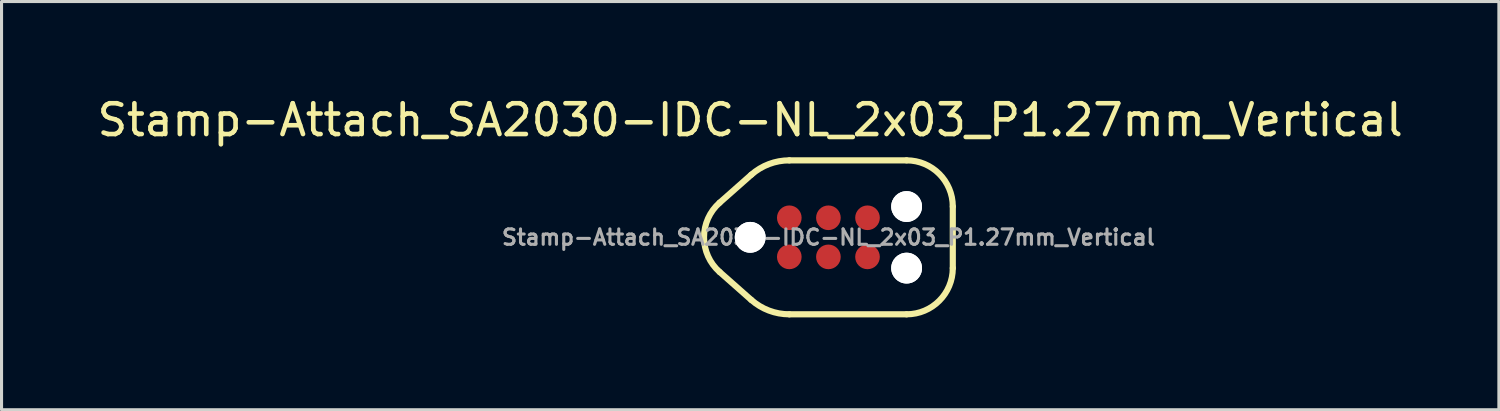
<source format=kicad_pcb>
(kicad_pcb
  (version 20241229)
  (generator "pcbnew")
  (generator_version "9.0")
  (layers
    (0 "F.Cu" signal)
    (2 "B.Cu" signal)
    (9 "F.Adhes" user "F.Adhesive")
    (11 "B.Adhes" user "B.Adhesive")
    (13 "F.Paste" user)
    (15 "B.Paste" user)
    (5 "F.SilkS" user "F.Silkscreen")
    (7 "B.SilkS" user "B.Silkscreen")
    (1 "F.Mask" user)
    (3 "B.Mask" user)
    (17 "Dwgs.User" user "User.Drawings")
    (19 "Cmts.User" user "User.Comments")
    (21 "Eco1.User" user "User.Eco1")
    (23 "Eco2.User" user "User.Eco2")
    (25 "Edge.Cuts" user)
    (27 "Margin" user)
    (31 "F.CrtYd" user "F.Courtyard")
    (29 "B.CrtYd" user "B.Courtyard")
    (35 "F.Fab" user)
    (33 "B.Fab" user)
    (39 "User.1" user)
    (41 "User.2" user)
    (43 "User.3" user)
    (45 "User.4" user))
  (footprint "Stamp-Attach_SA2030-IDC-NL_2x03_P1.27mm_Vertical"
    (layer "F.Cu")
    (at 23.855 4.658)
    (property "Reference" "Stamp-Attach_SA2030-IDC-NL_2x03_P1.27mm_Vertical" (at -2.54 -3.81 0) (unlocked yes) (layer "F.SilkS") (effects (font (size 1 1) (thickness 0.15))))
    (attr smd)
    (fp_line (start -3.533 1.124) (end -2.505 2.033) (stroke (width 0.2) (type solid)) (layer "F.SilkS"))
    (fp_line (start -2.505 -2.033) (end -3.533 -1.124) (stroke (width 0.2) (type solid)) (layer "F.SilkS"))
    (fp_line (start -1.27 2.5) (end 2.54 2.5) (stroke (width 0.2) (type solid)) (layer "F.SilkS"))
    (fp_line (start 2.54 -2.5) (end -1.27 -2.5) (stroke (width 0.2) (type solid)) (layer "F.SilkS"))
    (fp_line (start 4.04 1) (end 4.04 -1) (stroke (width 0.2) (type solid)) (layer "F.SilkS"))
    (fp_arc (start -3.53316 1.124115) (mid -4.040127 0) (end -3.53316 -1.124115) (stroke (width 0.2) (type solid)) (layer "F.SilkS"))
    (fp_arc (start -2.504829 -2.032649) (mid -1.930197 -2.379363) (end -1.27 -2.5) (stroke (width 0.2) (type solid)) (layer "F.SilkS"))
    (fp_arc (start -1.27 2.5) (mid -1.930197 2.379363) (end -2.504829 2.032649) (stroke (width 0.2) (type solid)) (layer "F.SilkS"))
    (fp_arc (start 2.54 -2.5) (mid 3.60066 -2.06066) (end 4.04 -1) (stroke (width 0.2) (type solid)) (layer "F.SilkS"))
    (fp_arc (start 4.04 1) (mid 3.60066 2.06066) (end 2.54 2.5) (stroke (width 0.2) (type solid)) (layer "F.SilkS"))
    (fp_text user "${REFERENCE}" (at 0 0 0) (layer "F.Fab") (effects (font (size 0.5 0.5) (thickness 0.1) (bold yes))))
    (pad "" np_thru_hole circle (at -2.54 0) (size 1 1) (drill 1) (layers "*.Cu" "*.Mask"))
    (pad "" np_thru_hole circle (at -2.54 0) (size 1 1) (drill 1) (layers "*.Cu" "*.Mask"))
    (pad "" np_thru_hole circle (at 2.54 -1) (size 1 1) (drill 1) (layers "*.Cu" "*.Mask"))
    (pad "" np_thru_hole circle (at 2.54 -1) (size 1 1) (drill 1) (layers "*.Cu" "*.Mask"))
    (pad "" np_thru_hole circle (at 2.54 1) (size 1 1) (drill 1) (layers "*.Cu" "*.Mask"))
    (pad "" np_thru_hole circle (at 2.54 1) (size 1 1) (drill 1) (layers "*.Cu" "*.Mask"))
    (pad "1" smd circle (at -1.27 0.635) (size 0.8 0.8) (layers "F.Cu" "F.Mask"))
    (pad "2" smd circle (at -1.27 -0.635) (size 0.8 0.8) (layers "F.Cu" "F.Mask"))
    (pad "3" smd circle (at 0 0.635) (size 0.8 0.8) (layers "F.Cu" "F.Mask"))
    (pad "4" smd circle (at 0 -0.635) (size 0.8 0.8) (layers "F.Cu" "F.Mask"))
    (pad "5" smd circle (at 1.27 0.635) (size 0.8 0.8) (layers "F.Cu" "F.Mask"))
    (pad "6" smd circle (at 1.27 -0.635) (size 0.8 0.8) (layers "F.Cu" "F.Mask")))
  (gr_rect
    (start -3 -3)
    (end 45.631 10.258)
    (stroke (width 0.1) (type default))
    (fill no)
    (layer "Edge.Cuts")))
</source>
